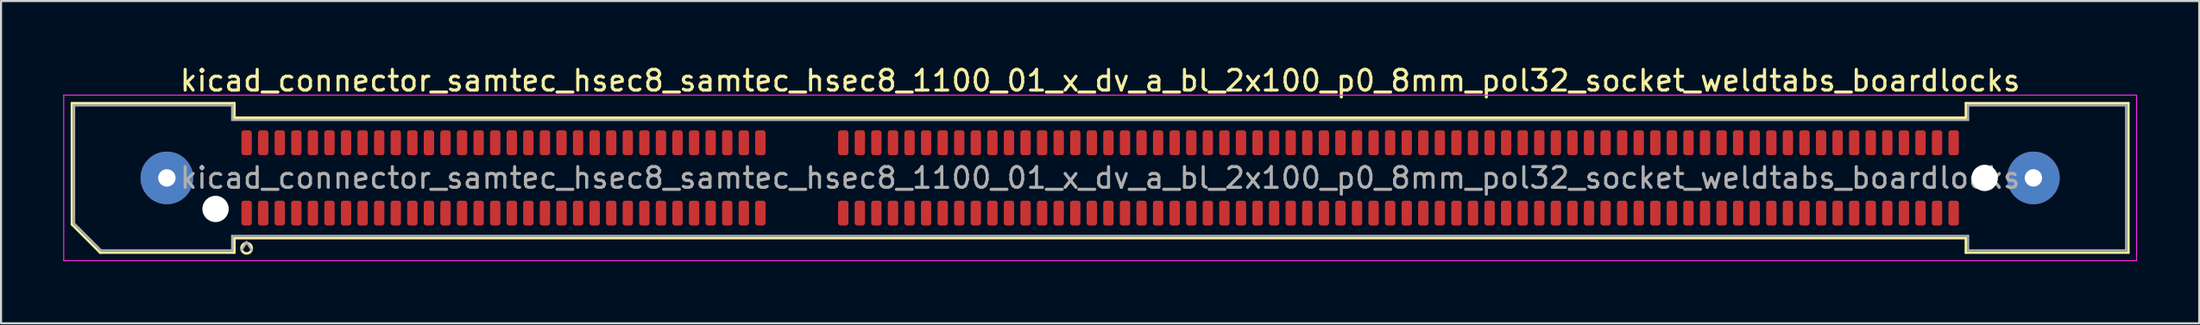
<source format=kicad_pcb>
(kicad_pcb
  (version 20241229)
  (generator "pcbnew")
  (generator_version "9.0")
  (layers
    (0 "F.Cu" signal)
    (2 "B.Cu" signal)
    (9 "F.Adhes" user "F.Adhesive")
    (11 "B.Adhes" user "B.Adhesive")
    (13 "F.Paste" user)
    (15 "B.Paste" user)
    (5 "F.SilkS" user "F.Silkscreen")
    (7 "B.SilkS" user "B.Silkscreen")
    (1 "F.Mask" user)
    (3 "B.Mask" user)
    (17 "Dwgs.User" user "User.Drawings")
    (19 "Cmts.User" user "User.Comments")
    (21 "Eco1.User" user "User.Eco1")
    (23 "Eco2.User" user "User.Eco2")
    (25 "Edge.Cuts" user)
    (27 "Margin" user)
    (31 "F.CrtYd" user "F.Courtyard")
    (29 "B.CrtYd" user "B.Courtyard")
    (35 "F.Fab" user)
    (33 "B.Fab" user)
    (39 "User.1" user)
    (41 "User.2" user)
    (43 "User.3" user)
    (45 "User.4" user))
  (footprint "kicad_connector_samtec_hsec8_samtec_hsec8_1100_01_x_dv_a_bl_2x100_p0_8mm_pol32_socket_weldtabs_boardlocks"
    (layer "F.Cu")
    (at 50.055 5.548)
    (property "Reference" "kicad_connector_samtec_hsec8_samtec_hsec8_1100_01_x_dv_a_bl_2x100_p0_8mm_pol32_socket_weldtabs_boardlocks" (at 0 -4.7 0) (layer "F.SilkS") (effects (font (size 1 1) (thickness 0.15))))
    (attr smd)
    (fp_line (start -49.635 -3.61) (end -41.79 -3.61) (stroke (width 0.12) (type solid)) (layer "F.SilkS"))
    (fp_line (start -49.635 2.246) (end -49.635 -3.61) (stroke (width 0.12) (type solid)) (layer "F.SilkS"))
    (fp_line (start -48.271 3.61) (end -49.635 2.246) (stroke (width 0.12) (type solid)) (layer "F.SilkS"))
    (fp_line (start -41.79 -3.61) (end -41.79 -2.91) (stroke (width 0.12) (type solid)) (layer "F.SilkS"))
    (fp_line (start -41.79 -2.91) (end 41.79 -2.91) (stroke (width 0.12) (type solid)) (layer "F.SilkS"))
    (fp_line (start -41.79 2.91) (end -41.79 3.61) (stroke (width 0.12) (type solid)) (layer "F.SilkS"))
    (fp_line (start -41.79 3.61) (end -48.271 3.61) (stroke (width 0.12) (type solid)) (layer "F.SilkS"))
    (fp_line (start 41.79 -3.61) (end 49.635 -3.61) (stroke (width 0.12) (type solid)) (layer "F.SilkS"))
    (fp_line (start 41.79 -2.91) (end 41.79 -3.61) (stroke (width 0.12) (type solid)) (layer "F.SilkS"))
    (fp_line (start 41.79 2.91) (end -41.79 2.91) (stroke (width 0.12) (type solid)) (layer "F.SilkS"))
    (fp_line (start 41.79 3.61) (end 41.79 2.91) (stroke (width 0.12) (type solid)) (layer "F.SilkS"))
    (fp_line (start 49.635 -3.61) (end 49.635 3.61) (stroke (width 0.12) (type solid)) (layer "F.SilkS"))
    (fp_line (start 49.635 3.61) (end 41.79 3.61) (stroke (width 0.12) (type solid)) (layer "F.SilkS"))
    (fp_circle (center -41.2 3.4) (end -40.95 3.4) (stroke (width 0.12) (type solid)) (fill no) (layer "F.SilkS"))
    (fp_line (start -50.03 -4) (end -50.03 4) (stroke (width 0.05) (type solid)) (layer "F.CrtYd"))
    (fp_line (start -50.03 4) (end 50.03 4) (stroke (width 0.05) (type solid)) (layer "F.CrtYd"))
    (fp_line (start 50.03 -4) (end -50.03 -4) (stroke (width 0.05) (type solid)) (layer "F.CrtYd"))
    (fp_line (start 50.03 4) (end 50.03 -4) (stroke (width 0.05) (type solid)) (layer "F.CrtYd"))
    (fp_line (start -49.525 -3.5) (end -41.9 -3.5) (stroke (width 0.1) (type solid)) (layer "F.Fab"))
    (fp_line (start -49.525 2.2) (end -49.525 -3.5) (stroke (width 0.1) (type solid)) (layer "F.Fab"))
    (fp_line (start -48.225 3.5) (end -49.525 2.2) (stroke (width 0.1) (type solid)) (layer "F.Fab"))
    (fp_line (start -41.9 -3.5) (end -41.9 -2.8) (stroke (width 0.1) (type solid)) (layer "F.Fab"))
    (fp_line (start -41.9 -2.8) (end 41.9 -2.8) (stroke (width 0.1) (type solid)) (layer "F.Fab"))
    (fp_line (start -41.9 2.8) (end -41.9 3.5) (stroke (width 0.1) (type solid)) (layer "F.Fab"))
    (fp_line (start -41.9 3.5) (end -48.225 3.5) (stroke (width 0.1) (type solid)) (layer "F.Fab"))
    (fp_line (start -41.2 3.1) (end -41.45 3.5) (stroke (width 0.1) (type solid)) (layer "F.Fab"))
    (fp_line (start -41.2 3.1) (end -40.95 3.5) (stroke (width 0.1) (type solid)) (layer "F.Fab"))
    (fp_line (start 41.9 -3.5) (end 49.525 -3.5) (stroke (width 0.1) (type solid)) (layer "F.Fab"))
    (fp_line (start 41.9 -2.8) (end 41.9 -3.5) (stroke (width 0.1) (type solid)) (layer "F.Fab"))
    (fp_line (start 41.9 2.8) (end -41.9 2.8) (stroke (width 0.1) (type solid)) (layer "F.Fab"))
    (fp_line (start 41.9 3.5) (end 41.9 2.8) (stroke (width 0.1) (type solid)) (layer "F.Fab"))
    (fp_line (start 49.525 -3.5) (end 49.525 3.5) (stroke (width 0.1) (type solid)) (layer "F.Fab"))
    (fp_line (start 49.525 3.5) (end 41.9 3.5) (stroke (width 0.1) (type solid)) (layer "F.Fab"))
    (fp_text user "${REFERENCE}" (at 0 0 0) (layer "F.Fab") (effects (font (size 1 1) (thickness 0.15))))
    (pad "" thru_hole circle (at -45.05 0) (size 2.54 2.54) (drill 0.84) (layers "*.Cu" "*.Mask" "F.Paste"))
    (pad "" np_thru_hole circle (at -42.7 1.5) (size 1.27 1.27) (drill 1.27) (layers "*.Cu" "*.Mask"))
    (pad "" np_thru_hole circle (at 42.7 0) (size 1.27 1.27) (drill 1.27) (layers "*.Cu" "*.Mask"))
    (pad "" thru_hole circle (at 45.05 0) (size 2.54 2.54) (drill 0.84) (layers "*.Cu" "*.Mask" "F.Paste"))
    (pad "1" smd roundrect (at -41.2 1.7) (size 0.5 1.2) (layers "F.Cu" "F.Mask" "F.Paste") (roundrect_rratio 0.25))
    (pad "2" smd roundrect (at -41.2 -1.7) (size 0.5 1.2) (layers "F.Cu" "F.Mask" "F.Paste") (roundrect_rratio 0.25))
    (pad "3" smd roundrect (at -40.4 1.7) (size 0.5 1.2) (layers "F.Cu" "F.Mask" "F.Paste") (roundrect_rratio 0.25))
    (pad "4" smd roundrect (at -40.4 -1.7) (size 0.5 1.2) (layers "F.Cu" "F.Mask" "F.Paste") (roundrect_rratio 0.25))
    (pad "5" smd roundrect (at -39.6 1.7) (size 0.5 1.2) (layers "F.Cu" "F.Mask" "F.Paste") (roundrect_rratio 0.25))
    (pad "6" smd roundrect (at -39.6 -1.7) (size 0.5 1.2) (layers "F.Cu" "F.Mask" "F.Paste") (roundrect_rratio 0.25))
    (pad "7" smd roundrect (at -38.8 1.7) (size 0.5 1.2) (layers "F.Cu" "F.Mask" "F.Paste") (roundrect_rratio 0.25))
    (pad "8" smd roundrect (at -38.8 -1.7) (size 0.5 1.2) (layers "F.Cu" "F.Mask" "F.Paste") (roundrect_rratio 0.25))
    (pad "9" smd roundrect (at -38 1.7) (size 0.5 1.2) (layers "F.Cu" "F.Mask" "F.Paste") (roundrect_rratio 0.25))
    (pad "10" smd roundrect (at -38 -1.7) (size 0.5 1.2) (layers "F.Cu" "F.Mask" "F.Paste") (roundrect_rratio 0.25))
    (pad "11" smd roundrect (at -37.2 1.7) (size 0.5 1.2) (layers "F.Cu" "F.Mask" "F.Paste") (roundrect_rratio 0.25))
    (pad "12" smd roundrect (at -37.2 -1.7) (size 0.5 1.2) (layers "F.Cu" "F.Mask" "F.Paste") (roundrect_rratio 0.25))
    (pad "13" smd roundrect (at -36.4 1.7) (size 0.5 1.2) (layers "F.Cu" "F.Mask" "F.Paste") (roundrect_rratio 0.25))
    (pad "14" smd roundrect (at -36.4 -1.7) (size 0.5 1.2) (layers "F.Cu" "F.Mask" "F.Paste") (roundrect_rratio 0.25))
    (pad "15" smd roundrect (at -35.6 1.7) (size 0.5 1.2) (layers "F.Cu" "F.Mask" "F.Paste") (roundrect_rratio 0.25))
    (pad "16" smd roundrect (at -35.6 -1.7) (size 0.5 1.2) (layers "F.Cu" "F.Mask" "F.Paste") (roundrect_rratio 0.25))
    (pad "17" smd roundrect (at -34.8 1.7) (size 0.5 1.2) (layers "F.Cu" "F.Mask" "F.Paste") (roundrect_rratio 0.25))
    (pad "18" smd roundrect (at -34.8 -1.7) (size 0.5 1.2) (layers "F.Cu" "F.Mask" "F.Paste") (roundrect_rratio 0.25))
    (pad "19" smd roundrect (at -34 1.7) (size 0.5 1.2) (layers "F.Cu" "F.Mask" "F.Paste") (roundrect_rratio 0.25))
    (pad "20" smd roundrect (at -34 -1.7) (size 0.5 1.2) (layers "F.Cu" "F.Mask" "F.Paste") (roundrect_rratio 0.25))
    (pad "21" smd roundrect (at -33.2 1.7) (size 0.5 1.2) (layers "F.Cu" "F.Mask" "F.Paste") (roundrect_rratio 0.25))
    (pad "22" smd roundrect (at -33.2 -1.7) (size 0.5 1.2) (layers "F.Cu" "F.Mask" "F.Paste") (roundrect_rratio 0.25))
    (pad "23" smd roundrect (at -32.4 1.7) (size 0.5 1.2) (layers "F.Cu" "F.Mask" "F.Paste") (roundrect_rratio 0.25))
    (pad "24" smd roundrect (at -32.4 -1.7) (size 0.5 1.2) (layers "F.Cu" "F.Mask" "F.Paste") (roundrect_rratio 0.25))
    (pad "25" smd roundrect (at -31.6 1.7) (size 0.5 1.2) (layers "F.Cu" "F.Mask" "F.Paste") (roundrect_rratio 0.25))
    (pad "26" smd roundrect (at -31.6 -1.7) (size 0.5 1.2) (layers "F.Cu" "F.Mask" "F.Paste") (roundrect_rratio 0.25))
    (pad "27" smd roundrect (at -30.8 1.7) (size 0.5 1.2) (layers "F.Cu" "F.Mask" "F.Paste") (roundrect_rratio 0.25))
    (pad "28" smd roundrect (at -30.8 -1.7) (size 0.5 1.2) (layers "F.Cu" "F.Mask" "F.Paste") (roundrect_rratio 0.25))
    (pad "29" smd roundrect (at -30 1.7) (size 0.5 1.2) (layers "F.Cu" "F.Mask" "F.Paste") (roundrect_rratio 0.25))
    (pad "30" smd roundrect (at -30 -1.7) (size 0.5 1.2) (layers "F.Cu" "F.Mask" "F.Paste") (roundrect_rratio 0.25))
    (pad "31" smd roundrect (at -29.2 1.7) (size 0.5 1.2) (layers "F.Cu" "F.Mask" "F.Paste") (roundrect_rratio 0.25))
    (pad "32" smd roundrect (at -29.2 -1.7) (size 0.5 1.2) (layers "F.Cu" "F.Mask" "F.Paste") (roundrect_rratio 0.25))
    (pad "33" smd roundrect (at -28.4 1.7) (size 0.5 1.2) (layers "F.Cu" "F.Mask" "F.Paste") (roundrect_rratio 0.25))
    (pad "34" smd roundrect (at -28.4 -1.7) (size 0.5 1.2) (layers "F.Cu" "F.Mask" "F.Paste") (roundrect_rratio 0.25))
    (pad "35" smd roundrect (at -27.6 1.7) (size 0.5 1.2) (layers "F.Cu" "F.Mask" "F.Paste") (roundrect_rratio 0.25))
    (pad "36" smd roundrect (at -27.6 -1.7) (size 0.5 1.2) (layers "F.Cu" "F.Mask" "F.Paste") (roundrect_rratio 0.25))
    (pad "37" smd roundrect (at -26.8 1.7) (size 0.5 1.2) (layers "F.Cu" "F.Mask" "F.Paste") (roundrect_rratio 0.25))
    (pad "38" smd roundrect (at -26.8 -1.7) (size 0.5 1.2) (layers "F.Cu" "F.Mask" "F.Paste") (roundrect_rratio 0.25))
    (pad "39" smd roundrect (at -26 1.7) (size 0.5 1.2) (layers "F.Cu" "F.Mask" "F.Paste") (roundrect_rratio 0.25))
    (pad "40" smd roundrect (at -26 -1.7) (size 0.5 1.2) (layers "F.Cu" "F.Mask" "F.Paste") (roundrect_rratio 0.25))
    (pad "41" smd roundrect (at -25.2 1.7) (size 0.5 1.2) (layers "F.Cu" "F.Mask" "F.Paste") (roundrect_rratio 0.25))
    (pad "42" smd roundrect (at -25.2 -1.7) (size 0.5 1.2) (layers "F.Cu" "F.Mask" "F.Paste") (roundrect_rratio 0.25))
    (pad "43" smd roundrect (at -24.4 1.7) (size 0.5 1.2) (layers "F.Cu" "F.Mask" "F.Paste") (roundrect_rratio 0.25))
    (pad "44" smd roundrect (at -24.4 -1.7) (size 0.5 1.2) (layers "F.Cu" "F.Mask" "F.Paste") (roundrect_rratio 0.25))
    (pad "45" smd roundrect (at -23.6 1.7) (size 0.5 1.2) (layers "F.Cu" "F.Mask" "F.Paste") (roundrect_rratio 0.25))
    (pad "46" smd roundrect (at -23.6 -1.7) (size 0.5 1.2) (layers "F.Cu" "F.Mask" "F.Paste") (roundrect_rratio 0.25))
    (pad "47" smd roundrect (at -22.8 1.7) (size 0.5 1.2) (layers "F.Cu" "F.Mask" "F.Paste") (roundrect_rratio 0.25))
    (pad "48" smd roundrect (at -22.8 -1.7) (size 0.5 1.2) (layers "F.Cu" "F.Mask" "F.Paste") (roundrect_rratio 0.25))
    (pad "49" smd roundrect (at -22 1.7) (size 0.5 1.2) (layers "F.Cu" "F.Mask" "F.Paste") (roundrect_rratio 0.25))
    (pad "50" smd roundrect (at -22 -1.7) (size 0.5 1.2) (layers "F.Cu" "F.Mask" "F.Paste") (roundrect_rratio 0.25))
    (pad "51" smd roundrect (at -21.2 1.7) (size 0.5 1.2) (layers "F.Cu" "F.Mask" "F.Paste") (roundrect_rratio 0.25))
    (pad "52" smd roundrect (at -21.2 -1.7) (size 0.5 1.2) (layers "F.Cu" "F.Mask" "F.Paste") (roundrect_rratio 0.25))
    (pad "53" smd roundrect (at -20.4 1.7) (size 0.5 1.2) (layers "F.Cu" "F.Mask" "F.Paste") (roundrect_rratio 0.25))
    (pad "54" smd roundrect (at -20.4 -1.7) (size 0.5 1.2) (layers "F.Cu" "F.Mask" "F.Paste") (roundrect_rratio 0.25))
    (pad "55" smd roundrect (at -19.6 1.7) (size 0.5 1.2) (layers "F.Cu" "F.Mask" "F.Paste") (roundrect_rratio 0.25))
    (pad "56" smd roundrect (at -19.6 -1.7) (size 0.5 1.2) (layers "F.Cu" "F.Mask" "F.Paste") (roundrect_rratio 0.25))
    (pad "57" smd roundrect (at -18.8 1.7) (size 0.5 1.2) (layers "F.Cu" "F.Mask" "F.Paste") (roundrect_rratio 0.25))
    (pad "58" smd roundrect (at -18.8 -1.7) (size 0.5 1.2) (layers "F.Cu" "F.Mask" "F.Paste") (roundrect_rratio 0.25))
    (pad "59" smd roundrect (at -18 1.7) (size 0.5 1.2) (layers "F.Cu" "F.Mask" "F.Paste") (roundrect_rratio 0.25))
    (pad "60" smd roundrect (at -18 -1.7) (size 0.5 1.2) (layers "F.Cu" "F.Mask" "F.Paste") (roundrect_rratio 0.25))
    (pad "61" smd roundrect (at -17.2 1.7) (size 0.5 1.2) (layers "F.Cu" "F.Mask" "F.Paste") (roundrect_rratio 0.25))
    (pad "62" smd roundrect (at -17.2 -1.7) (size 0.5 1.2) (layers "F.Cu" "F.Mask" "F.Paste") (roundrect_rratio 0.25))
    (pad "63" smd roundrect (at -16.4 1.7) (size 0.5 1.2) (layers "F.Cu" "F.Mask" "F.Paste") (roundrect_rratio 0.25))
    (pad "64" smd roundrect (at -16.4 -1.7) (size 0.5 1.2) (layers "F.Cu" "F.Mask" "F.Paste") (roundrect_rratio 0.25))
    (pad "65" smd roundrect (at -12.4 1.7) (size 0.5 1.2) (layers "F.Cu" "F.Mask" "F.Paste") (roundrect_rratio 0.25))
    (pad "66" smd roundrect (at -12.4 -1.7) (size 0.5 1.2) (layers "F.Cu" "F.Mask" "F.Paste") (roundrect_rratio 0.25))
    (pad "67" smd roundrect (at -11.6 1.7) (size 0.5 1.2) (layers "F.Cu" "F.Mask" "F.Paste") (roundrect_rratio 0.25))
    (pad "68" smd roundrect (at -11.6 -1.7) (size 0.5 1.2) (layers "F.Cu" "F.Mask" "F.Paste") (roundrect_rratio 0.25))
    (pad "69" smd roundrect (at -10.8 1.7) (size 0.5 1.2) (layers "F.Cu" "F.Mask" "F.Paste") (roundrect_rratio 0.25))
    (pad "70" smd roundrect (at -10.8 -1.7) (size 0.5 1.2) (layers "F.Cu" "F.Mask" "F.Paste") (roundrect_rratio 0.25))
    (pad "71" smd roundrect (at -10 1.7) (size 0.5 1.2) (layers "F.Cu" "F.Mask" "F.Paste") (roundrect_rratio 0.25))
    (pad "72" smd roundrect (at -10 -1.7) (size 0.5 1.2) (layers "F.Cu" "F.Mask" "F.Paste") (roundrect_rratio 0.25))
    (pad "73" smd roundrect (at -9.2 1.7) (size 0.5 1.2) (layers "F.Cu" "F.Mask" "F.Paste") (roundrect_rratio 0.25))
    (pad "74" smd roundrect (at -9.2 -1.7) (size 0.5 1.2) (layers "F.Cu" "F.Mask" "F.Paste") (roundrect_rratio 0.25))
    (pad "75" smd roundrect (at -8.4 1.7) (size 0.5 1.2) (layers "F.Cu" "F.Mask" "F.Paste") (roundrect_rratio 0.25))
    (pad "76" smd roundrect (at -8.4 -1.7) (size 0.5 1.2) (layers "F.Cu" "F.Mask" "F.Paste") (roundrect_rratio 0.25))
    (pad "77" smd roundrect (at -7.6 1.7) (size 0.5 1.2) (layers "F.Cu" "F.Mask" "F.Paste") (roundrect_rratio 0.25))
    (pad "78" smd roundrect (at -7.6 -1.7) (size 0.5 1.2) (layers "F.Cu" "F.Mask" "F.Paste") (roundrect_rratio 0.25))
    (pad "79" smd roundrect (at -6.8 1.7) (size 0.5 1.2) (layers "F.Cu" "F.Mask" "F.Paste") (roundrect_rratio 0.25))
    (pad "80" smd roundrect (at -6.8 -1.7) (size 0.5 1.2) (layers "F.Cu" "F.Mask" "F.Paste") (roundrect_rratio 0.25))
    (pad "81" smd roundrect (at -6 1.7) (size 0.5 1.2) (layers "F.Cu" "F.Mask" "F.Paste") (roundrect_rratio 0.25))
    (pad "82" smd roundrect (at -6 -1.7) (size 0.5 1.2) (layers "F.Cu" "F.Mask" "F.Paste") (roundrect_rratio 0.25))
    (pad "83" smd roundrect (at -5.2 1.7) (size 0.5 1.2) (layers "F.Cu" "F.Mask" "F.Paste") (roundrect_rratio 0.25))
    (pad "84" smd roundrect (at -5.2 -1.7) (size 0.5 1.2) (layers "F.Cu" "F.Mask" "F.Paste") (roundrect_rratio 0.25))
    (pad "85" smd roundrect (at -4.4 1.7) (size 0.5 1.2) (layers "F.Cu" "F.Mask" "F.Paste") (roundrect_rratio 0.25))
    (pad "86" smd roundrect (at -4.4 -1.7) (size 0.5 1.2) (layers "F.Cu" "F.Mask" "F.Paste") (roundrect_rratio 0.25))
    (pad "87" smd roundrect (at -3.6 1.7) (size 0.5 1.2) (layers "F.Cu" "F.Mask" "F.Paste") (roundrect_rratio 0.25))
    (pad "88" smd roundrect (at -3.6 -1.7) (size 0.5 1.2) (layers "F.Cu" "F.Mask" "F.Paste") (roundrect_rratio 0.25))
    (pad "89" smd roundrect (at -2.8 1.7) (size 0.5 1.2) (layers "F.Cu" "F.Mask" "F.Paste") (roundrect_rratio 0.25))
    (pad "90" smd roundrect (at -2.8 -1.7) (size 0.5 1.2) (layers "F.Cu" "F.Mask" "F.Paste") (roundrect_rratio 0.25))
    (pad "91" smd roundrect (at -2 1.7) (size 0.5 1.2) (layers "F.Cu" "F.Mask" "F.Paste") (roundrect_rratio 0.25))
    (pad "92" smd roundrect (at -2 -1.7) (size 0.5 1.2) (layers "F.Cu" "F.Mask" "F.Paste") (roundrect_rratio 0.25))
    (pad "93" smd roundrect (at -1.2 1.7) (size 0.5 1.2) (layers "F.Cu" "F.Mask" "F.Paste") (roundrect_rratio 0.25))
    (pad "94" smd roundrect (at -1.2 -1.7) (size 0.5 1.2) (layers "F.Cu" "F.Mask" "F.Paste") (roundrect_rratio 0.25))
    (pad "95" smd roundrect (at -0.4 1.7) (size 0.5 1.2) (layers "F.Cu" "F.Mask" "F.Paste") (roundrect_rratio 0.25))
    (pad "96" smd roundrect (at -0.4 -1.7) (size 0.5 1.2) (layers "F.Cu" "F.Mask" "F.Paste") (roundrect_rratio 0.25))
    (pad "97" smd roundrect (at 0.4 1.7) (size 0.5 1.2) (layers "F.Cu" "F.Mask" "F.Paste") (roundrect_rratio 0.25))
    (pad "98" smd roundrect (at 0.4 -1.7) (size 0.5 1.2) (layers "F.Cu" "F.Mask" "F.Paste") (roundrect_rratio 0.25))
    (pad "99" smd roundrect (at 1.2 1.7) (size 0.5 1.2) (layers "F.Cu" "F.Mask" "F.Paste") (roundrect_rratio 0.25))
    (pad "100" smd roundrect (at 1.2 -1.7) (size 0.5 1.2) (layers "F.Cu" "F.Mask" "F.Paste") (roundrect_rratio 0.25))
    (pad "101" smd roundrect (at 2 1.7) (size 0.5 1.2) (layers "F.Cu" "F.Mask" "F.Paste") (roundrect_rratio 0.25))
    (pad "102" smd roundrect (at 2 -1.7) (size 0.5 1.2) (layers "F.Cu" "F.Mask" "F.Paste") (roundrect_rratio 0.25))
    (pad "103" smd roundrect (at 2.8 1.7) (size 0.5 1.2) (layers "F.Cu" "F.Mask" "F.Paste") (roundrect_rratio 0.25))
    (pad "104" smd roundrect (at 2.8 -1.7) (size 0.5 1.2) (layers "F.Cu" "F.Mask" "F.Paste") (roundrect_rratio 0.25))
    (pad "105" smd roundrect (at 3.6 1.7) (size 0.5 1.2) (layers "F.Cu" "F.Mask" "F.Paste") (roundrect_rratio 0.25))
    (pad "106" smd roundrect (at 3.6 -1.7) (size 0.5 1.2) (layers "F.Cu" "F.Mask" "F.Paste") (roundrect_rratio 0.25))
    (pad "107" smd roundrect (at 4.4 1.7) (size 0.5 1.2) (layers "F.Cu" "F.Mask" "F.Paste") (roundrect_rratio 0.25))
    (pad "108" smd roundrect (at 4.4 -1.7) (size 0.5 1.2) (layers "F.Cu" "F.Mask" "F.Paste") (roundrect_rratio 0.25))
    (pad "109" smd roundrect (at 5.2 1.7) (size 0.5 1.2) (layers "F.Cu" "F.Mask" "F.Paste") (roundrect_rratio 0.25))
    (pad "110" smd roundrect (at 5.2 -1.7) (size 0.5 1.2) (layers "F.Cu" "F.Mask" "F.Paste") (roundrect_rratio 0.25))
    (pad "111" smd roundrect (at 6 1.7) (size 0.5 1.2) (layers "F.Cu" "F.Mask" "F.Paste") (roundrect_rratio 0.25))
    (pad "112" smd roundrect (at 6 -1.7) (size 0.5 1.2) (layers "F.Cu" "F.Mask" "F.Paste") (roundrect_rratio 0.25))
    (pad "113" smd roundrect (at 6.8 1.7) (size 0.5 1.2) (layers "F.Cu" "F.Mask" "F.Paste") (roundrect_rratio 0.25))
    (pad "114" smd roundrect (at 6.8 -1.7) (size 0.5 1.2) (layers "F.Cu" "F.Mask" "F.Paste") (roundrect_rratio 0.25))
    (pad "115" smd roundrect (at 7.6 1.7) (size 0.5 1.2) (layers "F.Cu" "F.Mask" "F.Paste") (roundrect_rratio 0.25))
    (pad "116" smd roundrect (at 7.6 -1.7) (size 0.5 1.2) (layers "F.Cu" "F.Mask" "F.Paste") (roundrect_rratio 0.25))
    (pad "117" smd roundrect (at 8.4 1.7) (size 0.5 1.2) (layers "F.Cu" "F.Mask" "F.Paste") (roundrect_rratio 0.25))
    (pad "118" smd roundrect (at 8.4 -1.7) (size 0.5 1.2) (layers "F.Cu" "F.Mask" "F.Paste") (roundrect_rratio 0.25))
    (pad "119" smd roundrect (at 9.2 1.7) (size 0.5 1.2) (layers "F.Cu" "F.Mask" "F.Paste") (roundrect_rratio 0.25))
    (pad "120" smd roundrect (at 9.2 -1.7) (size 0.5 1.2) (layers "F.Cu" "F.Mask" "F.Paste") (roundrect_rratio 0.25))
    (pad "121" smd roundrect (at 10 1.7) (size 0.5 1.2) (layers "F.Cu" "F.Mask" "F.Paste") (roundrect_rratio 0.25))
    (pad "122" smd roundrect (at 10 -1.7) (size 0.5 1.2) (layers "F.Cu" "F.Mask" "F.Paste") (roundrect_rratio 0.25))
    (pad "123" smd roundrect (at 10.8 1.7) (size 0.5 1.2) (layers "F.Cu" "F.Mask" "F.Paste") (roundrect_rratio 0.25))
    (pad "124" smd roundrect (at 10.8 -1.7) (size 0.5 1.2) (layers "F.Cu" "F.Mask" "F.Paste") (roundrect_rratio 0.25))
    (pad "125" smd roundrect (at 11.6 1.7) (size 0.5 1.2) (layers "F.Cu" "F.Mask" "F.Paste") (roundrect_rratio 0.25))
    (pad "126" smd roundrect (at 11.6 -1.7) (size 0.5 1.2) (layers "F.Cu" "F.Mask" "F.Paste") (roundrect_rratio 0.25))
    (pad "127" smd roundrect (at 12.4 1.7) (size 0.5 1.2) (layers "F.Cu" "F.Mask" "F.Paste") (roundrect_rratio 0.25))
    (pad "128" smd roundrect (at 12.4 -1.7) (size 0.5 1.2) (layers "F.Cu" "F.Mask" "F.Paste") (roundrect_rratio 0.25))
    (pad "129" smd roundrect (at 13.2 1.7) (size 0.5 1.2) (layers "F.Cu" "F.Mask" "F.Paste") (roundrect_rratio 0.25))
    (pad "130" smd roundrect (at 13.2 -1.7) (size 0.5 1.2) (layers "F.Cu" "F.Mask" "F.Paste") (roundrect_rratio 0.25))
    (pad "131" smd roundrect (at 14 1.7) (size 0.5 1.2) (layers "F.Cu" "F.Mask" "F.Paste") (roundrect_rratio 0.25))
    (pad "132" smd roundrect (at 14 -1.7) (size 0.5 1.2) (layers "F.Cu" "F.Mask" "F.Paste") (roundrect_rratio 0.25))
    (pad "133" smd roundrect (at 14.8 1.7) (size 0.5 1.2) (layers "F.Cu" "F.Mask" "F.Paste") (roundrect_rratio 0.25))
    (pad "134" smd roundrect (at 14.8 -1.7) (size 0.5 1.2) (layers "F.Cu" "F.Mask" "F.Paste") (roundrect_rratio 0.25))
    (pad "135" smd roundrect (at 15.6 1.7) (size 0.5 1.2) (layers "F.Cu" "F.Mask" "F.Paste") (roundrect_rratio 0.25))
    (pad "136" smd roundrect (at 15.6 -1.7) (size 0.5 1.2) (layers "F.Cu" "F.Mask" "F.Paste") (roundrect_rratio 0.25))
    (pad "137" smd roundrect (at 16.4 1.7) (size 0.5 1.2) (layers "F.Cu" "F.Mask" "F.Paste") (roundrect_rratio 0.25))
    (pad "138" smd roundrect (at 16.4 -1.7) (size 0.5 1.2) (layers "F.Cu" "F.Mask" "F.Paste") (roundrect_rratio 0.25))
    (pad "139" smd roundrect (at 17.2 1.7) (size 0.5 1.2) (layers "F.Cu" "F.Mask" "F.Paste") (roundrect_rratio 0.25))
    (pad "140" smd roundrect (at 17.2 -1.7) (size 0.5 1.2) (layers "F.Cu" "F.Mask" "F.Paste") (roundrect_rratio 0.25))
    (pad "141" smd roundrect (at 18 1.7) (size 0.5 1.2) (layers "F.Cu" "F.Mask" "F.Paste") (roundrect_rratio 0.25))
    (pad "142" smd roundrect (at 18 -1.7) (size 0.5 1.2) (layers "F.Cu" "F.Mask" "F.Paste") (roundrect_rratio 0.25))
    (pad "143" smd roundrect (at 18.8 1.7) (size 0.5 1.2) (layers "F.Cu" "F.Mask" "F.Paste") (roundrect_rratio 0.25))
    (pad "144" smd roundrect (at 18.8 -1.7) (size 0.5 1.2) (layers "F.Cu" "F.Mask" "F.Paste") (roundrect_rratio 0.25))
    (pad "145" smd roundrect (at 19.6 1.7) (size 0.5 1.2) (layers "F.Cu" "F.Mask" "F.Paste") (roundrect_rratio 0.25))
    (pad "146" smd roundrect (at 19.6 -1.7) (size 0.5 1.2) (layers "F.Cu" "F.Mask" "F.Paste") (roundrect_rratio 0.25))
    (pad "147" smd roundrect (at 20.4 1.7) (size 0.5 1.2) (layers "F.Cu" "F.Mask" "F.Paste") (roundrect_rratio 0.25))
    (pad "148" smd roundrect (at 20.4 -1.7) (size 0.5 1.2) (layers "F.Cu" "F.Mask" "F.Paste") (roundrect_rratio 0.25))
    (pad "149" smd roundrect (at 21.2 1.7) (size 0.5 1.2) (layers "F.Cu" "F.Mask" "F.Paste") (roundrect_rratio 0.25))
    (pad "150" smd roundrect (at 21.2 -1.7) (size 0.5 1.2) (layers "F.Cu" "F.Mask" "F.Paste") (roundrect_rratio 0.25))
    (pad "151" smd roundrect (at 22 1.7) (size 0.5 1.2) (layers "F.Cu" "F.Mask" "F.Paste") (roundrect_rratio 0.25))
    (pad "152" smd roundrect (at 22 -1.7) (size 0.5 1.2) (layers "F.Cu" "F.Mask" "F.Paste") (roundrect_rratio 0.25))
    (pad "153" smd roundrect (at 22.8 1.7) (size 0.5 1.2) (layers "F.Cu" "F.Mask" "F.Paste") (roundrect_rratio 0.25))
    (pad "154" smd roundrect (at 22.8 -1.7) (size 0.5 1.2) (layers "F.Cu" "F.Mask" "F.Paste") (roundrect_rratio 0.25))
    (pad "155" smd roundrect (at 23.6 1.7) (size 0.5 1.2) (layers "F.Cu" "F.Mask" "F.Paste") (roundrect_rratio 0.25))
    (pad "156" smd roundrect (at 23.6 -1.7) (size 0.5 1.2) (layers "F.Cu" "F.Mask" "F.Paste") (roundrect_rratio 0.25))
    (pad "157" smd roundrect (at 24.4 1.7) (size 0.5 1.2) (layers "F.Cu" "F.Mask" "F.Paste") (roundrect_rratio 0.25))
    (pad "158" smd roundrect (at 24.4 -1.7) (size 0.5 1.2) (layers "F.Cu" "F.Mask" "F.Paste") (roundrect_rratio 0.25))
    (pad "159" smd roundrect (at 25.2 1.7) (size 0.5 1.2) (layers "F.Cu" "F.Mask" "F.Paste") (roundrect_rratio 0.25))
    (pad "160" smd roundrect (at 25.2 -1.7) (size 0.5 1.2) (layers "F.Cu" "F.Mask" "F.Paste") (roundrect_rratio 0.25))
    (pad "161" smd roundrect (at 26 1.7) (size 0.5 1.2) (layers "F.Cu" "F.Mask" "F.Paste") (roundrect_rratio 0.25))
    (pad "162" smd roundrect (at 26 -1.7) (size 0.5 1.2) (layers "F.Cu" "F.Mask" "F.Paste") (roundrect_rratio 0.25))
    (pad "163" smd roundrect (at 26.8 1.7) (size 0.5 1.2) (layers "F.Cu" "F.Mask" "F.Paste") (roundrect_rratio 0.25))
    (pad "164" smd roundrect (at 26.8 -1.7) (size 0.5 1.2) (layers "F.Cu" "F.Mask" "F.Paste") (roundrect_rratio 0.25))
    (pad "165" smd roundrect (at 27.6 1.7) (size 0.5 1.2) (layers "F.Cu" "F.Mask" "F.Paste") (roundrect_rratio 0.25))
    (pad "166" smd roundrect (at 27.6 -1.7) (size 0.5 1.2) (layers "F.Cu" "F.Mask" "F.Paste") (roundrect_rratio 0.25))
    (pad "167" smd roundrect (at 28.4 1.7) (size 0.5 1.2) (layers "F.Cu" "F.Mask" "F.Paste") (roundrect_rratio 0.25))
    (pad "168" smd roundrect (at 28.4 -1.7) (size 0.5 1.2) (layers "F.Cu" "F.Mask" "F.Paste") (roundrect_rratio 0.25))
    (pad "169" smd roundrect (at 29.2 1.7) (size 0.5 1.2) (layers "F.Cu" "F.Mask" "F.Paste") (roundrect_rratio 0.25))
    (pad "170" smd roundrect (at 29.2 -1.7) (size 0.5 1.2) (layers "F.Cu" "F.Mask" "F.Paste") (roundrect_rratio 0.25))
    (pad "171" smd roundrect (at 30 1.7) (size 0.5 1.2) (layers "F.Cu" "F.Mask" "F.Paste") (roundrect_rratio 0.25))
    (pad "172" smd roundrect (at 30 -1.7) (size 0.5 1.2) (layers "F.Cu" "F.Mask" "F.Paste") (roundrect_rratio 0.25))
    (pad "173" smd roundrect (at 30.8 1.7) (size 0.5 1.2) (layers "F.Cu" "F.Mask" "F.Paste") (roundrect_rratio 0.25))
    (pad "174" smd roundrect (at 30.8 -1.7) (size 0.5 1.2) (layers "F.Cu" "F.Mask" "F.Paste") (roundrect_rratio 0.25))
    (pad "175" smd roundrect (at 31.6 1.7) (size 0.5 1.2) (layers "F.Cu" "F.Mask" "F.Paste") (roundrect_rratio 0.25))
    (pad "176" smd roundrect (at 31.6 -1.7) (size 0.5 1.2) (layers "F.Cu" "F.Mask" "F.Paste") (roundrect_rratio 0.25))
    (pad "177" smd roundrect (at 32.4 1.7) (size 0.5 1.2) (layers "F.Cu" "F.Mask" "F.Paste") (roundrect_rratio 0.25))
    (pad "178" smd roundrect (at 32.4 -1.7) (size 0.5 1.2) (layers "F.Cu" "F.Mask" "F.Paste") (roundrect_rratio 0.25))
    (pad "179" smd roundrect (at 33.2 1.7) (size 0.5 1.2) (layers "F.Cu" "F.Mask" "F.Paste") (roundrect_rratio 0.25))
    (pad "180" smd roundrect (at 33.2 -1.7) (size 0.5 1.2) (layers "F.Cu" "F.Mask" "F.Paste") (roundrect_rratio 0.25))
    (pad "181" smd roundrect (at 34 1.7) (size 0.5 1.2) (layers "F.Cu" "F.Mask" "F.Paste") (roundrect_rratio 0.25))
    (pad "182" smd roundrect (at 34 -1.7) (size 0.5 1.2) (layers "F.Cu" "F.Mask" "F.Paste") (roundrect_rratio 0.25))
    (pad "183" smd roundrect (at 34.8 1.7) (size 0.5 1.2) (layers "F.Cu" "F.Mask" "F.Paste") (roundrect_rratio 0.25))
    (pad "184" smd roundrect (at 34.8 -1.7) (size 0.5 1.2) (layers "F.Cu" "F.Mask" "F.Paste") (roundrect_rratio 0.25))
    (pad "185" smd roundrect (at 35.6 1.7) (size 0.5 1.2) (layers "F.Cu" "F.Mask" "F.Paste") (roundrect_rratio 0.25))
    (pad "186" smd roundrect (at 35.6 -1.7) (size 0.5 1.2) (layers "F.Cu" "F.Mask" "F.Paste") (roundrect_rratio 0.25))
    (pad "187" smd roundrect (at 36.4 1.7) (size 0.5 1.2) (layers "F.Cu" "F.Mask" "F.Paste") (roundrect_rratio 0.25))
    (pad "188" smd roundrect (at 36.4 -1.7) (size 0.5 1.2) (layers "F.Cu" "F.Mask" "F.Paste") (roundrect_rratio 0.25))
    (pad "189" smd roundrect (at 37.2 1.7) (size 0.5 1.2) (layers "F.Cu" "F.Mask" "F.Paste") (roundrect_rratio 0.25))
    (pad "190" smd roundrect (at 37.2 -1.7) (size 0.5 1.2) (layers "F.Cu" "F.Mask" "F.Paste") (roundrect_rratio 0.25))
    (pad "191" smd roundrect (at 38 1.7) (size 0.5 1.2) (layers "F.Cu" "F.Mask" "F.Paste") (roundrect_rratio 0.25))
    (pad "192" smd roundrect (at 38 -1.7) (size 0.5 1.2) (layers "F.Cu" "F.Mask" "F.Paste") (roundrect_rratio 0.25))
    (pad "193" smd roundrect (at 38.8 1.7) (size 0.5 1.2) (layers "F.Cu" "F.Mask" "F.Paste") (roundrect_rratio 0.25))
    (pad "194" smd roundrect (at 38.8 -1.7) (size 0.5 1.2) (layers "F.Cu" "F.Mask" "F.Paste") (roundrect_rratio 0.25))
    (pad "195" smd roundrect (at 39.6 1.7) (size 0.5 1.2) (layers "F.Cu" "F.Mask" "F.Paste") (roundrect_rratio 0.25))
    (pad "196" smd roundrect (at 39.6 -1.7) (size 0.5 1.2) (layers "F.Cu" "F.Mask" "F.Paste") (roundrect_rratio 0.25))
    (pad "197" smd roundrect (at 40.4 1.7) (size 0.5 1.2) (layers "F.Cu" "F.Mask" "F.Paste") (roundrect_rratio 0.25))
    (pad "198" smd roundrect (at 40.4 -1.7) (size 0.5 1.2) (layers "F.Cu" "F.Mask" "F.Paste") (roundrect_rratio 0.25))
    (pad "199" smd roundrect (at 41.2 1.7) (size 0.5 1.2) (layers "F.Cu" "F.Mask" "F.Paste") (roundrect_rratio 0.25))
    (pad "200" smd roundrect (at 41.2 -1.7) (size 0.5 1.2) (layers "F.Cu" "F.Mask" "F.Paste") (roundrect_rratio 0.25)))
  (gr_rect
    (start -3 -3)
    (end 103.11 12.573)
    (stroke (width 0.1) (type default))
    (fill no)
    (layer "Edge.Cuts")))
</source>
